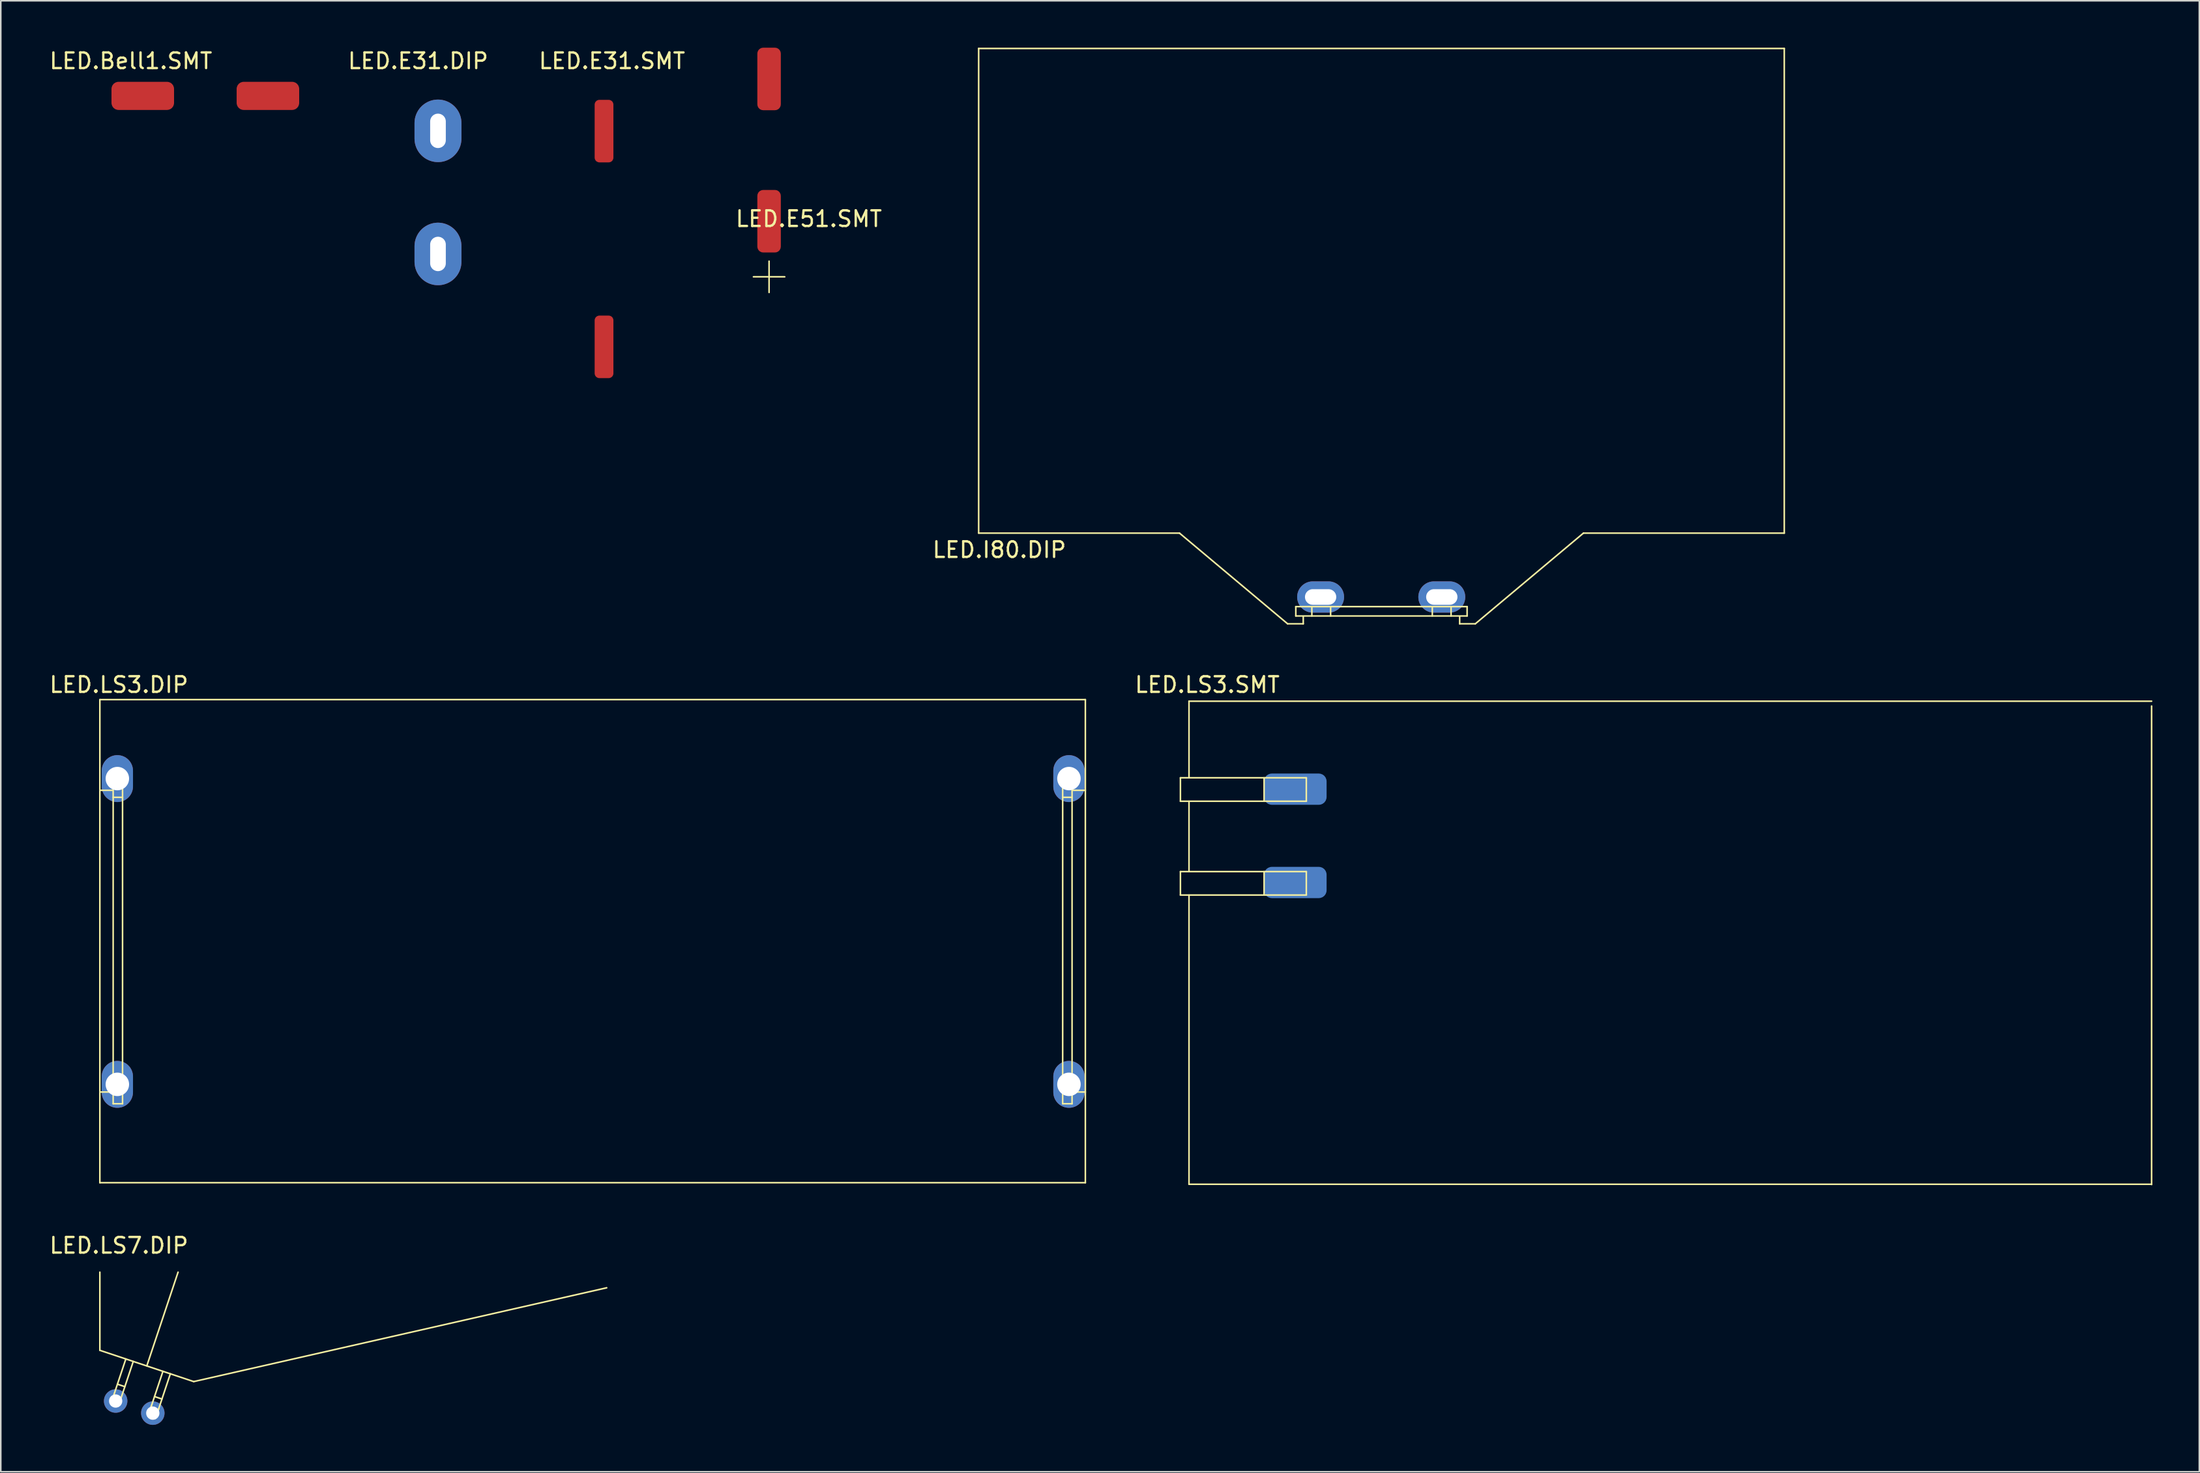
<source format=kicad_pcb>
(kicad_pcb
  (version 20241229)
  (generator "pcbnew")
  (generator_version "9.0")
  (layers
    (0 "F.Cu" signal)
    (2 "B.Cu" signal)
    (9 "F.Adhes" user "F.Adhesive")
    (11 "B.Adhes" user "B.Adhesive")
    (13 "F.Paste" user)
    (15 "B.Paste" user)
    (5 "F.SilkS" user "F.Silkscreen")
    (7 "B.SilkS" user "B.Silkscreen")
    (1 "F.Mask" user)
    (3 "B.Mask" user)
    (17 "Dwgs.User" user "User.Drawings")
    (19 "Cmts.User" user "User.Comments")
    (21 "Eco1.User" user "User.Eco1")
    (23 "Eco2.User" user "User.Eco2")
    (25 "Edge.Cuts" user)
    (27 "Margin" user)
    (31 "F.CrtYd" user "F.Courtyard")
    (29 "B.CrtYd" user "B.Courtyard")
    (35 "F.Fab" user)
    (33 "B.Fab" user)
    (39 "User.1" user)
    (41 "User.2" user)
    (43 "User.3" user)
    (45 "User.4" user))
  (footprint "LED.LS7.DIP"
    (layer "F.Cu")
    (at 3.334 83.321)
    (property "Reference" "LED.LS7.DIP" (at 1.219 -6.706 0) (layer "F.SilkS") (effects (font (size 1 1) (thickness 0.15))))
    (attr through_hole)
    (fp_line (start 0 -5) (end 0 0) (stroke (width 0.1) (type solid)) (layer "F.SilkS"))
    (fp_line (start 0 0) (end 6 2) (stroke (width 0.1) (type solid)) (layer "F.SilkS"))
    (fp_line (start 0.712 3.399) (end 1.186 3.558) (stroke (width 0.1) (type solid)) (layer "F.SilkS"))
    (fp_line (start 1.123 2.166) (end 1.597 2.324) (stroke (width 0.1) (type solid)) (layer "F.SilkS"))
    (fp_line (start 1.66 0.553) (end 0.712 3.399) (stroke (width 0.1) (type solid)) (layer "F.SilkS"))
    (fp_line (start 2.135 0.712) (end 1.186 3.558) (stroke (width 0.1) (type solid)) (layer "F.SilkS"))
    (fp_line (start 3.083 4.19) (end 3.558 4.348) (stroke (width 0.1) (type solid)) (layer "F.SilkS"))
    (fp_line (start 3.296 3.553) (end 3.083 4.19) (stroke (width 0.1) (type solid)) (layer "F.SilkS"))
    (fp_line (start 3.494 2.957) (end 3.969 3.115) (stroke (width 0.1) (type solid)) (layer "F.SilkS"))
    (fp_line (start 3.772 3.706) (end 3.558 4.348) (stroke (width 0.1) (type solid)) (layer "F.SilkS"))
    (fp_line (start 4.032 1.344) (end 3.083 4.19) (stroke (width 0.1) (type solid)) (layer "F.SilkS"))
    (fp_line (start 4.506 1.502) (end 3.558 4.348) (stroke (width 0.1) (type solid)) (layer "F.SilkS"))
    (fp_line (start 5 -5) (end 3 1) (stroke (width 0.1) (type solid)) (layer "F.SilkS"))
    (fp_line (start 32.4 -4) (end 6 2) (stroke (width 0.1) (type solid)) (layer "F.SilkS"))
    (pad "1" thru_hole circle (at 3.384 4.018) (size 1.5 1.5) (drill 0.85) (layers "*.Cu" "*.Mask"))
    (pad "2" thru_hole circle (at 1.009 3.243) (size 1.5 1.5) (drill 0.85) (layers "*.Cu" "*.Mask")))
  (footprint "LED.I80.DIP"
    (layer "F.Cu")
    (at 84.278 14.667)
    (property "Reference" "LED.I80.DIP" (at -23.444 17.45 0) (layer "F.SilkS") (effects (font (size 1 1) (thickness 0.15))))
    (attr through_hole)
    (fp_line (start -24.765 -14.617) (end 26.735 -14.617) (stroke (width 0.1) (type solid)) (layer "F.SilkS"))
    (fp_line (start -24.765 16.383) (end -24.765 -14.617) (stroke (width 0.1) (type solid)) (layer "F.SilkS"))
    (fp_line (start -24.765 16.383) (end -11.927 16.383) (stroke (width 0.1) (type solid)) (layer "F.SilkS"))
    (fp_line (start -11.927 16.383) (end -5.015 22.183) (stroke (width 0.1) (type solid)) (layer "F.SilkS"))
    (fp_line (start -5.015 22.183) (end -4.015 22.183) (stroke (width 0.1) (type solid)) (layer "F.SilkS"))
    (fp_line (start -4.49 21.083) (end 6.46 21.083) (stroke (width 0.1) (type solid)) (layer "F.SilkS"))
    (fp_line (start -4.49 21.683) (end -4.49 21.083) (stroke (width 0.1) (type solid)) (layer "F.SilkS"))
    (fp_line (start -4.49 21.683) (end 6.46 21.683) (stroke (width 0.1) (type solid)) (layer "F.SilkS"))
    (fp_line (start -4.015 22.183) (end -4.015 21.708) (stroke (width 0.1) (type solid)) (layer "F.SilkS"))
    (fp_line (start -3.465 21.683) (end -3.465 21.083) (stroke (width 0.1) (type solid)) (layer "F.SilkS"))
    (fp_line (start -2.265 21.683) (end -2.265 21.083) (stroke (width 0.1) (type solid)) (layer "F.SilkS"))
    (fp_line (start 4.235 21.683) (end 4.235 21.083) (stroke (width 0.1) (type solid)) (layer "F.SilkS"))
    (fp_line (start 5.435 21.683) (end 5.435 21.083) (stroke (width 0.1) (type solid)) (layer "F.SilkS"))
    (fp_line (start 5.985 22.183) (end 5.985 21.708) (stroke (width 0.1) (type solid)) (layer "F.SilkS"))
    (fp_line (start 5.985 22.183) (end 6.985 22.183) (stroke (width 0.1) (type solid)) (layer "F.SilkS"))
    (fp_line (start 6.46 21.683) (end 6.46 21.083) (stroke (width 0.1) (type solid)) (layer "F.SilkS"))
    (fp_line (start 6.985 22.183) (end 13.897 16.383) (stroke (width 0.1) (type solid)) (layer "F.SilkS"))
    (fp_line (start 13.897 16.383) (end 26.735 16.383) (stroke (width 0.1) (type solid)) (layer "F.SilkS"))
    (fp_line (start 26.735 16.383) (end 26.735 -14.617) (stroke (width 0.1) (type solid)) (layer "F.SilkS"))
    (pad "1" thru_hole oval (at -2.905 20.469) (size 3 2) (drill oval 2 1) (layers "*.Cu" "*.Mask"))
    (pad "1" thru_hole oval (at 4.842 20.469) (size 3 2) (drill oval 2 1) (layers "*.Cu" "*.Mask")))
  (footprint "LED.Bell1.SMT"
    (layer "F.Cu")
    (at 9.887 2.956)
    (property "Reference" "LED.Bell1.SMT" (at -4.572 -2.108 0) (layer "F.SilkS") (effects (font (size 1 1) (thickness 0.15))))
    (attr through_hole)
    (pad "1" smd roundrect (at -3.81 0.127) (size 4 1.8) (layers "F.Cu" "F.Mask" "F.Paste") (roundrect_rratio 0.25))
    (pad "2" smd roundrect (at 4.19 0.127) (size 4 1.8) (layers "F.Cu" "F.Mask" "F.Paste") (roundrect_rratio 0.25)))
  (footprint "LED.E31.DIP"
    (layer "F.Cu")
    (at 25.076 9.002)
    (property "Reference" "LED.E31.DIP" (at -1.397 -8.153 0) (layer "F.SilkS") (effects (font (size 1 1) (thickness 0.15))))
    (attr through_hole)
    (pad "1" thru_hole oval (at -0.127 4.191) (size 3 4) (drill oval 1 2.2) (layers "*.Cu" "*.Mask"))
    (pad "2" thru_hole oval (at -0.127 -3.683) (size 3 4) (drill oval 1 2.2) (layers "*.Cu" "*.Mask")))
  (footprint "LED.E31.SMT"
    (layer "F.Cu")
    (at 35.437 12.151)
    (property "Reference" "LED.E31.SMT" (at 0.635 -11.303 0) (layer "F.SilkS") (effects (font (size 1 1) (thickness 0.15))))
    (attr through_hole)
    (pad "1" smd roundrect (at 0.127 -6.815) (size 1.2 4) (layers "F.Cu" "F.Mask" "F.Paste") (roundrect_rratio 0.25))
    (pad "1" smd roundrect (at 0.127 6.985) (size 1.2 4) (layers "F.Cu" "F.Mask" "F.Paste") (roundrect_rratio 0.25)))
  (footprint "LED.LS3.DIP"
    (layer "F.Cu")
    (at 33.687 57.106)
    (property "Reference" "LED.LS3.DIP" (at -29.134 -16.358 0) (layer "F.SilkS") (effects (font (size 1 1) (thickness 0.15))))
    (attr through_hole)
    (fp_line (start -30.353 -15.406) (end -30.353 15.494) (stroke (width 0.1) (type solid)) (layer "F.SilkS"))
    (fp_line (start -30.353 -15.406) (end 32.647 -15.406) (stroke (width 0.1) (type solid)) (layer "F.SilkS"))
    (fp_line (start -30.353 -9.606) (end -29.553 -9.606) (stroke (width 0.1) (type solid)) (layer "F.SilkS"))
    (fp_line (start -30.353 9.694) (end -29.553 9.694) (stroke (width 0.1) (type solid)) (layer "F.SilkS"))
    (fp_line (start -30.353 15.494) (end 32.647 15.494) (stroke (width 0.1) (type solid)) (layer "F.SilkS"))
    (fp_line (start -29.503 -10.356) (end -29.503 10.444) (stroke (width 0.1) (type solid)) (layer "F.SilkS"))
    (fp_line (start -29.503 -10.356) (end -28.903 -10.356) (stroke (width 0.1) (type solid)) (layer "F.SilkS"))
    (fp_line (start -29.503 -9.156) (end -28.903 -9.156) (stroke (width 0.1) (type solid)) (layer "F.SilkS"))
    (fp_line (start -29.503 9.244) (end -28.903 9.244) (stroke (width 0.1) (type solid)) (layer "F.SilkS"))
    (fp_line (start -29.503 10.444) (end -28.903 10.444) (stroke (width 0.1) (type solid)) (layer "F.SilkS"))
    (fp_line (start -28.903 -10.356) (end -28.903 10.444) (stroke (width 0.1) (type solid)) (layer "F.SilkS"))
    (fp_line (start 31.197 -10.356) (end 31.197 10.444) (stroke (width 0.1) (type solid)) (layer "F.SilkS"))
    (fp_line (start 31.197 -10.356) (end 31.797 -10.356) (stroke (width 0.1) (type solid)) (layer "F.SilkS"))
    (fp_line (start 31.197 -9.156) (end 31.797 -9.156) (stroke (width 0.1) (type solid)) (layer "F.SilkS"))
    (fp_line (start 31.197 9.244) (end 31.797 9.244) (stroke (width 0.1) (type solid)) (layer "F.SilkS"))
    (fp_line (start 31.197 10.444) (end 31.797 10.444) (stroke (width 0.1) (type solid)) (layer "F.SilkS"))
    (fp_line (start 31.797 -10.356) (end 31.797 10.444) (stroke (width 0.1) (type solid)) (layer "F.SilkS"))
    (fp_line (start 31.847 -9.606) (end 32.647 -9.606) (stroke (width 0.1) (type solid)) (layer "F.SilkS"))
    (fp_line (start 31.847 9.694) (end 32.647 9.694) (stroke (width 0.1) (type solid)) (layer "F.SilkS"))
    (fp_line (start 32.647 -15.406) (end 32.647 15.494) (stroke (width 0.1) (type solid)) (layer "F.SilkS"))
    (pad "1" thru_hole oval (at -29.235 -10.355) (size 2 3) (drill 1.5) (layers "*.Cu" "*.Mask"))
    (pad "2" thru_hole oval (at -29.235 9.203) (size 2 3) (drill 1.5) (layers "*.Cu" "*.Mask"))
    (pad "NC" thru_hole oval (at 31.598 -10.355) (size 2 3) (drill 1.5) (layers "*.Cu" "*.Mask"))
    (pad "NC" thru_hole oval (at 31.598 9.203) (size 2 3) (drill 1.5) (layers "*.Cu" "*.Mask")))
  (footprint "LED.LS3.SMT"
    (layer "F.Cu")
    (at 104.202 56.953)
    (property "Reference" "LED.LS3.SMT" (at -30.074 -16.205 0) (layer "F.SilkS") (effects (font (size 1 1) (thickness 0.15))))
    (attr through_hole)
    (fp_line (start -31.791 -8.752) (end -31.791 -10.252) (stroke (width 0.1) (type solid)) (layer "F.SilkS"))
    (fp_line (start -31.791 -2.752) (end -31.791 -4.252) (stroke (width 0.1) (type solid)) (layer "F.SilkS"))
    (fp_line (start -31.791 -10.252) (end -23.742 -10.252) (stroke (width 0.1) (type solid)) (layer "F.SilkS"))
    (fp_line (start -31.791 -8.752) (end -23.742 -8.752) (stroke (width 0.1) (type solid)) (layer "F.SilkS"))
    (fp_line (start -31.791 -4.252) (end -23.742 -4.252) (stroke (width 0.1) (type solid)) (layer "F.SilkS"))
    (fp_line (start -31.791 -2.752) (end -23.742 -2.752) (stroke (width 0.1) (type solid)) (layer "F.SilkS"))
    (fp_line (start -31.242 -15.152) (end 30.294 -15.152) (stroke (width 0.1) (type solid)) (layer "F.SilkS"))
    (fp_line (start -31.242 -10.252) (end -31.242 -15.152) (stroke (width 0.1) (type solid)) (layer "F.SilkS"))
    (fp_line (start -31.242 -4.252) (end -31.242 -8.752) (stroke (width 0.1) (type solid)) (layer "F.SilkS"))
    (fp_line (start -31.242 15.748) (end -31.242 -2.752) (stroke (width 0.1) (type solid)) (layer "F.SilkS"))
    (fp_line (start -31.242 15.748) (end 30.294 15.748) (stroke (width 0.1) (type solid)) (layer "F.SilkS"))
    (fp_line (start -26.442 -8.752) (end -26.442 -10.252) (stroke (width 0.1) (type solid)) (layer "F.SilkS"))
    (fp_line (start -26.442 -2.752) (end -26.442 -4.252) (stroke (width 0.1) (type solid)) (layer "F.SilkS"))
    (fp_line (start -23.742 -8.752) (end -23.742 -10.252) (stroke (width 0.1) (type solid)) (layer "F.SilkS"))
    (fp_line (start -23.742 -2.752) (end -23.742 -4.252) (stroke (width 0.1) (type solid)) (layer "F.SilkS"))
    (fp_line (start 30.294 15.764) (end 30.294 -14.843) (stroke (width 0.1) (type solid)) (layer "F.SilkS"))
    (pad "1" smd roundrect (at -24.446 -9.525) (size 4 2) (layers "B.Cu" "B.Mask" "B.Paste") (roundrect_rratio 0.25))
    (pad "2" smd roundrect (at -24.446 -3.556) (size 4 2) (layers "B.Cu" "B.Mask" "B.Paste") (roundrect_rratio 0.25)))
  (footprint "LED.E51.SMT"
    (layer "F.Cu")
    (at 45.988 6.655)
    (property "Reference" "LED.E51.SMT" (at 2.667 4.293 0) (layer "F.SilkS") (effects (font (size 1 1) (thickness 0.15))))
    (attr through_hole)
    (fp_line (start -0.873 8.001) (end 1.127 8.001) (stroke (width 0.1) (type solid)) (layer "F.SilkS"))
    (fp_line (start 0.127 7.001) (end 0.127 9.001) (stroke (width 0.1) (type solid)) (layer "F.SilkS"))
    (pad "1" smd roundrect (at 0.127 4.445) (size 1.5 4) (layers "F.Cu" "F.Mask" "F.Paste") (roundrect_rratio 0.25))
    (pad "2" smd roundrect (at 0.127 -4.655) (size 1.5 4) (layers "F.Cu" "F.Mask" "F.Paste") (roundrect_rratio 0.25)))
  (gr_rect
    (start -3 -3)
    (end 137.546 91.089)
    (stroke (width 0.1) (type default))
    (fill no)
    (layer "Edge.Cuts")))
</source>
